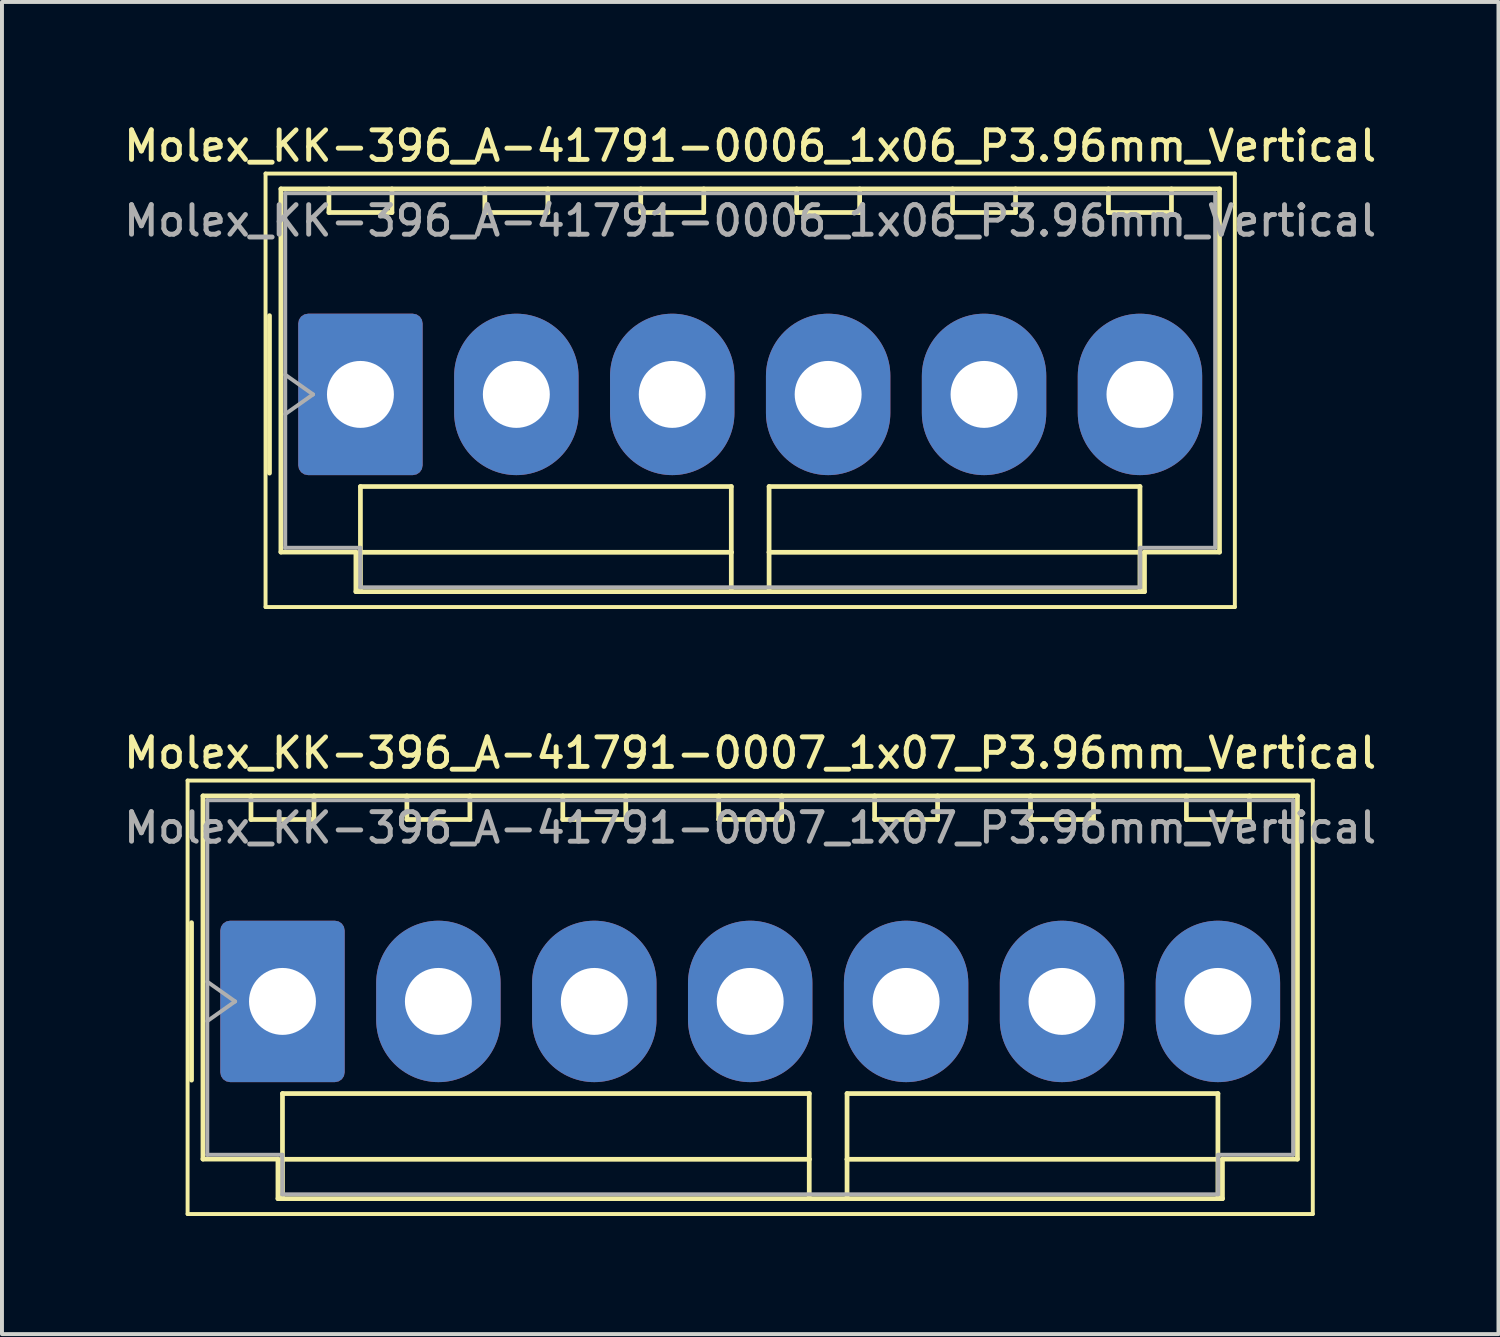
<source format=kicad_pcb>
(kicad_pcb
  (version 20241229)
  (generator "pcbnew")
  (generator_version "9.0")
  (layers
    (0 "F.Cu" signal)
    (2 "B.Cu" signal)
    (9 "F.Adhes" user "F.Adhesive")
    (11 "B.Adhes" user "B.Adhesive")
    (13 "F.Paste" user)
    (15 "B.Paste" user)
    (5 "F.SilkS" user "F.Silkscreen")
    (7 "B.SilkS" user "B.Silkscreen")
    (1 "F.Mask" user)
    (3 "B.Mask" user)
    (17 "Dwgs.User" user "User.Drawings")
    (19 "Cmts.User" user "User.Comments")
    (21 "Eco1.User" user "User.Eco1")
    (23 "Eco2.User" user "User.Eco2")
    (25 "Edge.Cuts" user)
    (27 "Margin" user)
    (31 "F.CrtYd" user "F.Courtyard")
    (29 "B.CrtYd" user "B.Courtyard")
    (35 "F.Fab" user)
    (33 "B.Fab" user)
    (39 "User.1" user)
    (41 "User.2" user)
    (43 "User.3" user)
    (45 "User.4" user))
  (footprint "Molex_KK-396_A-41791-0006_1x06_P3.96mm_Vertical"
    (layer "F.Cu")
    (at 6.105 6.968)
    (property "Reference" "Molex_KK-396_A-41791-0006_1x06_P3.96mm_Vertical" (at 9.9 -6.31 0) (layer "F.SilkS") (effects (font (size 0.75 0.75) (thickness 0.125))))
    (attr through_hole)
    (fp_line (start -2.41 -5.61) (end -2.41 5.4) (stroke (width 0.1) (type solid)) (layer "F.SilkS"))
    (fp_line (start -2.41 5.4) (end 22.21 5.4) (stroke (width 0.1) (type solid)) (layer "F.SilkS"))
    (fp_line (start -2.31 -2) (end -2.31 2) (stroke (width 0.12) (type solid)) (layer "F.SilkS"))
    (fp_line (start -2.02 -5.22) (end 21.82 -5.22) (stroke (width 0.12) (type solid)) (layer "F.SilkS"))
    (fp_line (start -2.02 4.005) (end -2.02 -5.22) (stroke (width 0.12) (type solid)) (layer "F.SilkS"))
    (fp_line (start -0.8 -5.22) (end -0.8 -4.62) (stroke (width 0.12) (type solid)) (layer "F.SilkS"))
    (fp_line (start -0.8 -4.62) (end 0.8 -4.62) (stroke (width 0.12) (type solid)) (layer "F.SilkS"))
    (fp_line (start -0.115 4.005) (end -2.02 4.005) (stroke (width 0.12) (type solid)) (layer "F.SilkS"))
    (fp_line (start -0.115 5.01) (end -0.115 4.005) (stroke (width 0.12) (type solid)) (layer "F.SilkS"))
    (fp_line (start 0 2.34) (end 9.42 2.34) (stroke (width 0.12) (type solid)) (layer "F.SilkS"))
    (fp_line (start 0 4.01) (end 0 2.34) (stroke (width 0.12) (type solid)) (layer "F.SilkS"))
    (fp_line (start 0 4.01) (end 9.42 4.01) (stroke (width 0.12) (type solid)) (layer "F.SilkS"))
    (fp_line (start 0 5.01) (end 0 4.01) (stroke (width 0.12) (type solid)) (layer "F.SilkS"))
    (fp_line (start 0.8 -4.62) (end 0.8 -5.22) (stroke (width 0.12) (type solid)) (layer "F.SilkS"))
    (fp_line (start 3.16 -5.22) (end 3.16 -4.62) (stroke (width 0.12) (type solid)) (layer "F.SilkS"))
    (fp_line (start 3.16 -4.62) (end 4.76 -4.62) (stroke (width 0.12) (type solid)) (layer "F.SilkS"))
    (fp_line (start 4.76 -4.62) (end 4.76 -5.22) (stroke (width 0.12) (type solid)) (layer "F.SilkS"))
    (fp_line (start 7.12 -5.22) (end 7.12 -4.62) (stroke (width 0.12) (type solid)) (layer "F.SilkS"))
    (fp_line (start 7.12 -4.62) (end 8.72 -4.62) (stroke (width 0.12) (type solid)) (layer "F.SilkS"))
    (fp_line (start 8.72 -4.62) (end 8.72 -5.22) (stroke (width 0.12) (type solid)) (layer "F.SilkS"))
    (fp_line (start 9.42 2.34) (end 9.42 4.01) (stroke (width 0.12) (type solid)) (layer "F.SilkS"))
    (fp_line (start 9.42 4.01) (end 9.42 5.01) (stroke (width 0.12) (type solid)) (layer "F.SilkS"))
    (fp_line (start 10.38 2.34) (end 19.8 2.34) (stroke (width 0.12) (type solid)) (layer "F.SilkS"))
    (fp_line (start 10.38 4.01) (end 10.38 2.34) (stroke (width 0.12) (type solid)) (layer "F.SilkS"))
    (fp_line (start 10.38 4.01) (end 19.8 4.01) (stroke (width 0.12) (type solid)) (layer "F.SilkS"))
    (fp_line (start 10.38 5.01) (end 10.38 4.01) (stroke (width 0.12) (type solid)) (layer "F.SilkS"))
    (fp_line (start 11.08 -5.22) (end 11.08 -4.62) (stroke (width 0.12) (type solid)) (layer "F.SilkS"))
    (fp_line (start 11.08 -4.62) (end 12.68 -4.62) (stroke (width 0.12) (type solid)) (layer "F.SilkS"))
    (fp_line (start 12.68 -4.62) (end 12.68 -5.22) (stroke (width 0.12) (type solid)) (layer "F.SilkS"))
    (fp_line (start 15.04 -5.22) (end 15.04 -4.62) (stroke (width 0.12) (type solid)) (layer "F.SilkS"))
    (fp_line (start 15.04 -4.62) (end 16.64 -4.62) (stroke (width 0.12) (type solid)) (layer "F.SilkS"))
    (fp_line (start 16.64 -4.62) (end 16.64 -5.22) (stroke (width 0.12) (type solid)) (layer "F.SilkS"))
    (fp_line (start 19 -5.22) (end 19 -4.62) (stroke (width 0.12) (type solid)) (layer "F.SilkS"))
    (fp_line (start 19 -4.62) (end 20.6 -4.62) (stroke (width 0.12) (type solid)) (layer "F.SilkS"))
    (fp_line (start 19.8 2.34) (end 19.8 4.01) (stroke (width 0.12) (type solid)) (layer "F.SilkS"))
    (fp_line (start 19.8 4.01) (end 19.8 5.01) (stroke (width 0.12) (type solid)) (layer "F.SilkS"))
    (fp_line (start 19.915 4.005) (end 19.915 5.01) (stroke (width 0.12) (type solid)) (layer "F.SilkS"))
    (fp_line (start 19.915 5.01) (end -0.115 5.01) (stroke (width 0.12) (type solid)) (layer "F.SilkS"))
    (fp_line (start 20.6 -4.62) (end 20.6 -5.22) (stroke (width 0.12) (type solid)) (layer "F.SilkS"))
    (fp_line (start 21.82 -5.22) (end 21.82 4.005) (stroke (width 0.12) (type solid)) (layer "F.SilkS"))
    (fp_line (start 21.82 4.005) (end 19.915 4.005) (stroke (width 0.12) (type solid)) (layer "F.SilkS"))
    (fp_line (start 22.21 -5.61) (end -2.41 -5.61) (stroke (width 0.1) (type solid)) (layer "F.SilkS"))
    (fp_line (start 22.21 5.4) (end 22.21 -5.61) (stroke (width 0.1) (type solid)) (layer "F.SilkS"))
    (fp_line (start -1.91 -5.11) (end 21.71 -5.11) (stroke (width 0.1) (type solid)) (layer "F.Fab"))
    (fp_line (start -1.91 -0.5) (end -1.203 0) (stroke (width 0.1) (type solid)) (layer "F.Fab"))
    (fp_line (start -1.91 3.895) (end -1.91 -5.11) (stroke (width 0.1) (type solid)) (layer "F.Fab"))
    (fp_line (start -1.203 0) (end -1.91 0.5) (stroke (width 0.1) (type solid)) (layer "F.Fab"))
    (fp_line (start -0.005 3.895) (end -1.91 3.895) (stroke (width 0.1) (type solid)) (layer "F.Fab"))
    (fp_line (start -0.005 4.9) (end -0.005 3.895) (stroke (width 0.1) (type solid)) (layer "F.Fab"))
    (fp_line (start 19.805 3.895) (end 19.805 4.9) (stroke (width 0.1) (type solid)) (layer "F.Fab"))
    (fp_line (start 19.805 4.9) (end -0.005 4.9) (stroke (width 0.1) (type solid)) (layer "F.Fab"))
    (fp_line (start 21.71 -5.11) (end 21.71 3.895) (stroke (width 0.1) (type solid)) (layer "F.Fab"))
    (fp_line (start 21.71 3.895) (end 19.805 3.895) (stroke (width 0.1) (type solid)) (layer "F.Fab"))
    (fp_text user "${REFERENCE}" (at 9.9 -4.41 0) (layer "F.Fab") (effects (font (size 0.75 0.75) (thickness 0.125))))
    (pad "1" thru_hole roundrect (at 0 0) (size 3.16 4.1) (drill 1.7) (layers "*.Cu" "*.Mask") (roundrect_rratio 0.079))
    (pad "2" thru_hole oval (at 3.96 0) (size 3.16 4.1) (drill 1.7) (layers "*.Cu" "*.Mask"))
    (pad "3" thru_hole oval (at 7.92 0) (size 3.16 4.1) (drill 1.7) (layers "*.Cu" "*.Mask"))
    (pad "4" thru_hole oval (at 11.88 0) (size 3.16 4.1) (drill 1.7) (layers "*.Cu" "*.Mask"))
    (pad "5" thru_hole oval (at 15.84 0) (size 3.16 4.1) (drill 1.7) (layers "*.Cu" "*.Mask"))
    (pad "6" thru_hole oval (at 19.8 0) (size 3.16 4.1) (drill 1.7) (layers "*.Cu" "*.Mask")))
  (footprint "Molex_KK-396_A-41791-0007_1x07_P3.96mm_Vertical"
    (layer "F.Cu")
    (at 4.125 22.386)
    (property "Reference" "Molex_KK-396_A-41791-0007_1x07_P3.96mm_Vertical" (at 11.88 -6.31 0) (layer "F.SilkS") (effects (font (size 0.75 0.75) (thickness 0.125))))
    (attr through_hole)
    (fp_line (start -2.41 -5.61) (end -2.41 5.4) (stroke (width 0.1) (type solid)) (layer "F.SilkS"))
    (fp_line (start -2.41 5.4) (end 26.17 5.4) (stroke (width 0.1) (type solid)) (layer "F.SilkS"))
    (fp_line (start -2.31 -2) (end -2.31 2) (stroke (width 0.12) (type solid)) (layer "F.SilkS"))
    (fp_line (start -2.02 -5.22) (end 25.78 -5.22) (stroke (width 0.12) (type solid)) (layer "F.SilkS"))
    (fp_line (start -2.02 4.005) (end -2.02 -5.22) (stroke (width 0.12) (type solid)) (layer "F.SilkS"))
    (fp_line (start -0.8 -5.22) (end -0.8 -4.62) (stroke (width 0.12) (type solid)) (layer "F.SilkS"))
    (fp_line (start -0.8 -4.62) (end 0.8 -4.62) (stroke (width 0.12) (type solid)) (layer "F.SilkS"))
    (fp_line (start -0.115 4.005) (end -2.02 4.005) (stroke (width 0.12) (type solid)) (layer "F.SilkS"))
    (fp_line (start -0.115 5.01) (end -0.115 4.005) (stroke (width 0.12) (type solid)) (layer "F.SilkS"))
    (fp_line (start 0 2.34) (end 13.38 2.34) (stroke (width 0.12) (type solid)) (layer "F.SilkS"))
    (fp_line (start 0 4.01) (end 0 2.34) (stroke (width 0.12) (type solid)) (layer "F.SilkS"))
    (fp_line (start 0 4.01) (end 13.38 4.01) (stroke (width 0.12) (type solid)) (layer "F.SilkS"))
    (fp_line (start 0 5.01) (end 0 4.01) (stroke (width 0.12) (type solid)) (layer "F.SilkS"))
    (fp_line (start 0.8 -4.62) (end 0.8 -5.22) (stroke (width 0.12) (type solid)) (layer "F.SilkS"))
    (fp_line (start 3.16 -5.22) (end 3.16 -4.62) (stroke (width 0.12) (type solid)) (layer "F.SilkS"))
    (fp_line (start 3.16 -4.62) (end 4.76 -4.62) (stroke (width 0.12) (type solid)) (layer "F.SilkS"))
    (fp_line (start 4.76 -4.62) (end 4.76 -5.22) (stroke (width 0.12) (type solid)) (layer "F.SilkS"))
    (fp_line (start 7.12 -5.22) (end 7.12 -4.62) (stroke (width 0.12) (type solid)) (layer "F.SilkS"))
    (fp_line (start 7.12 -4.62) (end 8.72 -4.62) (stroke (width 0.12) (type solid)) (layer "F.SilkS"))
    (fp_line (start 8.72 -4.62) (end 8.72 -5.22) (stroke (width 0.12) (type solid)) (layer "F.SilkS"))
    (fp_line (start 11.08 -5.22) (end 11.08 -4.62) (stroke (width 0.12) (type solid)) (layer "F.SilkS"))
    (fp_line (start 11.08 -4.62) (end 12.68 -4.62) (stroke (width 0.12) (type solid)) (layer "F.SilkS"))
    (fp_line (start 12.68 -4.62) (end 12.68 -5.22) (stroke (width 0.12) (type solid)) (layer "F.SilkS"))
    (fp_line (start 13.38 2.34) (end 13.38 4.01) (stroke (width 0.12) (type solid)) (layer "F.SilkS"))
    (fp_line (start 13.38 4.01) (end 13.38 5.01) (stroke (width 0.12) (type solid)) (layer "F.SilkS"))
    (fp_line (start 14.34 2.34) (end 23.76 2.34) (stroke (width 0.12) (type solid)) (layer "F.SilkS"))
    (fp_line (start 14.34 4.01) (end 14.34 2.34) (stroke (width 0.12) (type solid)) (layer "F.SilkS"))
    (fp_line (start 14.34 4.01) (end 23.76 4.01) (stroke (width 0.12) (type solid)) (layer "F.SilkS"))
    (fp_line (start 14.34 5.01) (end 14.34 4.01) (stroke (width 0.12) (type solid)) (layer "F.SilkS"))
    (fp_line (start 15.04 -5.22) (end 15.04 -4.62) (stroke (width 0.12) (type solid)) (layer "F.SilkS"))
    (fp_line (start 15.04 -4.62) (end 16.64 -4.62) (stroke (width 0.12) (type solid)) (layer "F.SilkS"))
    (fp_line (start 16.64 -4.62) (end 16.64 -5.22) (stroke (width 0.12) (type solid)) (layer "F.SilkS"))
    (fp_line (start 19 -5.22) (end 19 -4.62) (stroke (width 0.12) (type solid)) (layer "F.SilkS"))
    (fp_line (start 19 -4.62) (end 20.6 -4.62) (stroke (width 0.12) (type solid)) (layer "F.SilkS"))
    (fp_line (start 20.6 -4.62) (end 20.6 -5.22) (stroke (width 0.12) (type solid)) (layer "F.SilkS"))
    (fp_line (start 22.96 -5.22) (end 22.96 -4.62) (stroke (width 0.12) (type solid)) (layer "F.SilkS"))
    (fp_line (start 22.96 -4.62) (end 24.56 -4.62) (stroke (width 0.12) (type solid)) (layer "F.SilkS"))
    (fp_line (start 23.76 2.34) (end 23.76 4.01) (stroke (width 0.12) (type solid)) (layer "F.SilkS"))
    (fp_line (start 23.76 4.01) (end 23.76 5.01) (stroke (width 0.12) (type solid)) (layer "F.SilkS"))
    (fp_line (start 23.875 4.005) (end 23.875 5.01) (stroke (width 0.12) (type solid)) (layer "F.SilkS"))
    (fp_line (start 23.875 5.01) (end -0.115 5.01) (stroke (width 0.12) (type solid)) (layer "F.SilkS"))
    (fp_line (start 24.56 -4.62) (end 24.56 -5.22) (stroke (width 0.12) (type solid)) (layer "F.SilkS"))
    (fp_line (start 25.78 -5.22) (end 25.78 4.005) (stroke (width 0.12) (type solid)) (layer "F.SilkS"))
    (fp_line (start 25.78 4.005) (end 23.875 4.005) (stroke (width 0.12) (type solid)) (layer "F.SilkS"))
    (fp_line (start 26.17 -5.61) (end -2.41 -5.61) (stroke (width 0.1) (type solid)) (layer "F.SilkS"))
    (fp_line (start 26.17 5.4) (end 26.17 -5.61) (stroke (width 0.1) (type solid)) (layer "F.SilkS"))
    (fp_line (start -1.91 -5.11) (end 25.67 -5.11) (stroke (width 0.1) (type solid)) (layer "F.Fab"))
    (fp_line (start -1.91 -0.5) (end -1.203 0) (stroke (width 0.1) (type solid)) (layer "F.Fab"))
    (fp_line (start -1.91 3.895) (end -1.91 -5.11) (stroke (width 0.1) (type solid)) (layer "F.Fab"))
    (fp_line (start -1.203 0) (end -1.91 0.5) (stroke (width 0.1) (type solid)) (layer "F.Fab"))
    (fp_line (start -0.005 3.895) (end -1.91 3.895) (stroke (width 0.1) (type solid)) (layer "F.Fab"))
    (fp_line (start -0.005 4.9) (end -0.005 3.895) (stroke (width 0.1) (type solid)) (layer "F.Fab"))
    (fp_line (start 23.765 3.895) (end 23.765 4.9) (stroke (width 0.1) (type solid)) (layer "F.Fab"))
    (fp_line (start 23.765 4.9) (end -0.005 4.9) (stroke (width 0.1) (type solid)) (layer "F.Fab"))
    (fp_line (start 25.67 -5.11) (end 25.67 3.895) (stroke (width 0.1) (type solid)) (layer "F.Fab"))
    (fp_line (start 25.67 3.895) (end 23.765 3.895) (stroke (width 0.1) (type solid)) (layer "F.Fab"))
    (fp_text user "${REFERENCE}" (at 11.88 -4.41 0) (layer "F.Fab") (effects (font (size 0.75 0.75) (thickness 0.125))))
    (pad "1" thru_hole roundrect (at 0 0) (size 3.16 4.1) (drill 1.7) (layers "*.Cu" "*.Mask") (roundrect_rratio 0.079))
    (pad "2" thru_hole oval (at 3.96 0) (size 3.16 4.1) (drill 1.7) (layers "*.Cu" "*.Mask"))
    (pad "3" thru_hole oval (at 7.92 0) (size 3.16 4.1) (drill 1.7) (layers "*.Cu" "*.Mask"))
    (pad "4" thru_hole oval (at 11.88 0) (size 3.16 4.1) (drill 1.7) (layers "*.Cu" "*.Mask"))
    (pad "5" thru_hole oval (at 15.84 0) (size 3.16 4.1) (drill 1.7) (layers "*.Cu" "*.Mask"))
    (pad "6" thru_hole oval (at 19.8 0) (size 3.16 4.1) (drill 1.7) (layers "*.Cu" "*.Mask"))
    (pad "7" thru_hole oval (at 23.76 0) (size 3.16 4.1) (drill 1.7) (layers "*.Cu" "*.Mask")))
  (gr_rect
    (start -3 -3)
    (end 35.011 30.836)
    (stroke (width 0.1) (type default))
    (fill no)
    (layer "Edge.Cuts")))
</source>
